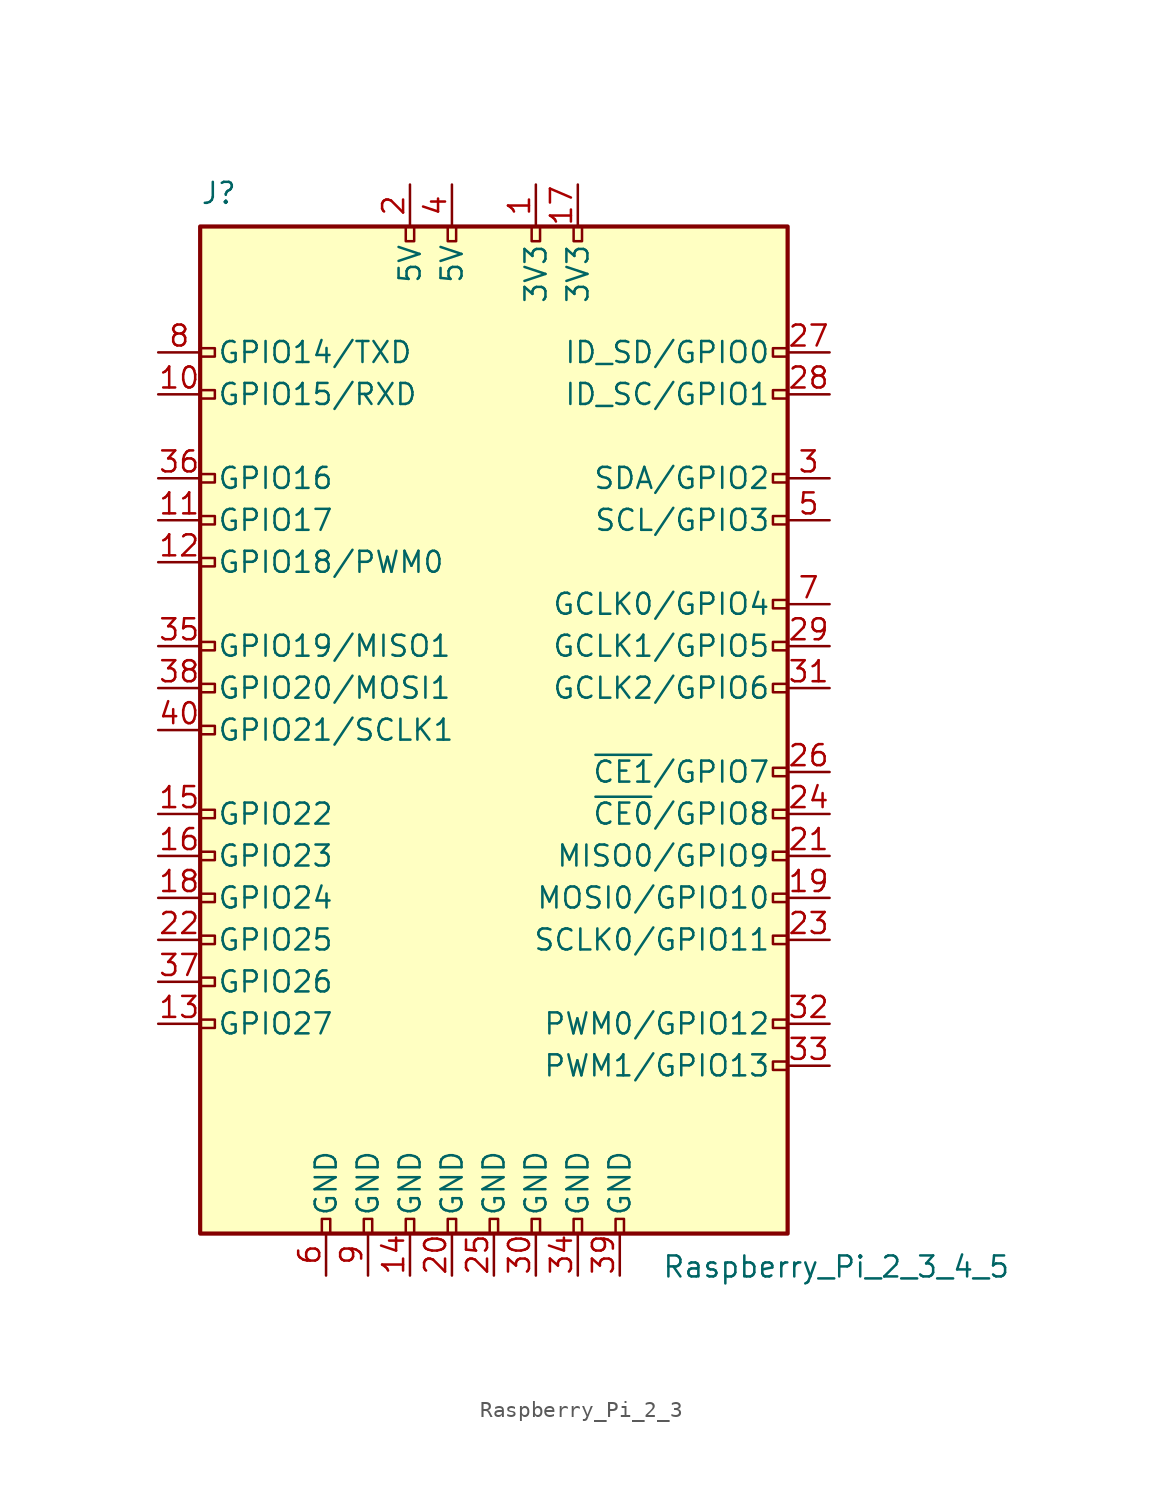
<source format=kicad_sym>
(kicad_symbol_lib
  (version 20220914)
  (generator kicad_symbol_editor)
  (symbol "Raspberry_Pi_2_3"
    (pin_names
      (offset 1.016))
    (property "Reference" "J"
      (at -17.78 31.75 0)
      (effects (font (size 1.27 1.27)) (justify left bottom)))
    (property "Value" "Raspberry_Pi_2_3_4_5"
      (at 10.16 -31.75 0)
      (effects (font (size 1.27 1.27)) (justify left top)))
    (symbol "Raspberry_Pi_2_3_0_1"
      (rectangle (start -17.78 30.48) (end 17.78 -30.48) (stroke (width 0.254) (type default)) (fill (type background))))
    (symbol "Raspberry_Pi_2_3_1_1"
      (rectangle (start -16.891 -17.526) (end -17.78 -18.034) (stroke (width 0) (type default)) (fill (type none)))
      (rectangle (start -16.891 -14.986) (end -17.78 -15.494) (stroke (width 0) (type default)) (fill (type none)))
      (rectangle (start -16.891 -12.446) (end -17.78 -12.954) (stroke (width 0) (type default)) (fill (type none)))
      (rectangle (start -16.891 -9.906) (end -17.78 -10.414) (stroke (width 0) (type default)) (fill (type none)))
      (rectangle (start -16.891 -7.366) (end -17.78 -7.874) (stroke (width 0) (type default)) (fill (type none)))
      (rectangle (start -16.891 -4.826) (end -17.78 -5.334) (stroke (width 0) (type default)) (fill (type none)))
      (rectangle (start -16.891 0.254) (end -17.78 -0.254) (stroke (width 0) (type default)) (fill (type none)))
      (rectangle (start -16.891 2.794) (end -17.78 2.286) (stroke (width 0) (type default)) (fill (type none)))
      (rectangle (start -16.891 5.334) (end -17.78 4.826) (stroke (width 0) (type default)) (fill (type none)))
      (rectangle (start -16.891 10.414) (end -17.78 9.906) (stroke (width 0) (type default)) (fill (type none)))
      (rectangle (start -16.891 12.954) (end -17.78 12.446) (stroke (width 0) (type default)) (fill (type none)))
      (rectangle (start -16.891 15.494) (end -17.78 14.986) (stroke (width 0) (type default)) (fill (type none)))
      (rectangle (start -16.891 20.574) (end -17.78 20.066) (stroke (width 0) (type default)) (fill (type none)))
      (rectangle (start -16.891 23.114) (end -17.78 22.606) (stroke (width 0) (type default)) (fill (type none)))
      (rectangle (start -10.414 -29.591) (end -9.906 -30.48) (stroke (width 0) (type default)) (fill (type none)))
      (rectangle (start -7.874 -29.591) (end -7.366 -30.48) (stroke (width 0) (type default)) (fill (type none)))
      (rectangle (start -5.334 -29.591) (end -4.826 -30.48) (stroke (width 0) (type default)) (fill (type none)))
      (rectangle (start -5.334 30.48) (end -4.826 29.591) (stroke (width 0) (type default)) (fill (type none)))
      (rectangle (start -2.794 -29.591) (end -2.286 -30.48) (stroke (width 0) (type default)) (fill (type none)))
      (rectangle (start -2.794 30.48) (end -2.286 29.591) (stroke (width 0) (type default)) (fill (type none)))
      (rectangle (start -0.254 -29.591) (end 0.254 -30.48) (stroke (width 0) (type default)) (fill (type none)))
      (rectangle (start 2.286 -29.591) (end 2.794 -30.48) (stroke (width 0) (type default)) (fill (type none)))
      (rectangle (start 2.286 30.48) (end 2.794 29.591) (stroke (width 0) (type default)) (fill (type none)))
      (rectangle (start 4.826 -29.591) (end 5.334 -30.48) (stroke (width 0) (type default)) (fill (type none)))
      (rectangle (start 4.826 30.48) (end 5.334 29.591) (stroke (width 0) (type default)) (fill (type none)))
      (rectangle (start 7.366 -29.591) (end 7.874 -30.48) (stroke (width 0) (type default)) (fill (type none)))
      (rectangle (start 17.78 -20.066) (end 16.891 -20.574) (stroke (width 0) (type default)) (fill (type none)))
      (rectangle (start 17.78 -17.526) (end 16.891 -18.034) (stroke (width 0) (type default)) (fill (type none)))
      (rectangle (start 17.78 -12.446) (end 16.891 -12.954) (stroke (width 0) (type default)) (fill (type none)))
      (rectangle (start 17.78 -9.906) (end 16.891 -10.414) (stroke (width 0) (type default)) (fill (type none)))
      (rectangle (start 17.78 -7.366) (end 16.891 -7.874) (stroke (width 0) (type default)) (fill (type none)))
      (rectangle (start 17.78 -4.826) (end 16.891 -5.334) (stroke (width 0) (type default)) (fill (type none)))
      (rectangle (start 17.78 -2.286) (end 16.891 -2.794) (stroke (width 0) (type default)) (fill (type none)))
      (rectangle (start 17.78 2.794) (end 16.891 2.286) (stroke (width 0) (type default)) (fill (type none)))
      (rectangle (start 17.78 5.334) (end 16.891 4.826) (stroke (width 0) (type default)) (fill (type none)))
      (rectangle (start 17.78 7.874) (end 16.891 7.366) (stroke (width 0) (type default)) (fill (type none)))
      (rectangle (start 17.78 12.954) (end 16.891 12.446) (stroke (width 0) (type default)) (fill (type none)))
      (rectangle (start 17.78 15.494) (end 16.891 14.986) (stroke (width 0) (type default)) (fill (type none)))
      (rectangle (start 17.78 20.574) (end 16.891 20.066) (stroke (width 0) (type default)) (fill (type none)))
      (rectangle (start 17.78 23.114) (end 16.891 22.606) (stroke (width 0) (type default)) (fill (type none)))
      (pin power_in line (at 2.54 33.02 270) (length 2.54) (name "3V3" (effects (font (size 1.27 1.27)))) (number "1" (effects (font (size 1.27 1.27)))))
      (pin bidirectional line (at -20.32 20.32 0) (length 2.54) (name "GPIO15/RXD" (effects (font (size 1.27 1.27)))) (number "10" (effects (font (size 1.27 1.27)))))
      (pin bidirectional line (at -20.32 12.7 0) (length 2.54) (name "GPIO17" (effects (font (size 1.27 1.27)))) (number "11" (effects (font (size 1.27 1.27)))))
      (pin bidirectional line (at -20.32 10.16 0) (length 2.54) (name "GPIO18/PWM0" (effects (font (size 1.27 1.27)))) (number "12" (effects (font (size 1.27 1.27)))))
      (pin bidirectional line (at -20.32 -17.78 0) (length 2.54) (name "GPIO27" (effects (font (size 1.27 1.27)))) (number "13" (effects (font (size 1.27 1.27)))))
      (pin power_in line (at -5.08 -33.02 90) (length 2.54) (name "GND" (effects (font (size 1.27 1.27)))) (number "14" (effects (font (size 1.27 1.27)))))
      (pin bidirectional line (at -20.32 -5.08 0) (length 2.54) (name "GPIO22" (effects (font (size 1.27 1.27)))) (number "15" (effects (font (size 1.27 1.27)))))
      (pin bidirectional line (at -20.32 -7.62 0) (length 2.54) (name "GPIO23" (effects (font (size 1.27 1.27)))) (number "16" (effects (font (size 1.27 1.27)))))
      (pin power_in line (at 5.08 33.02 270) (length 2.54) (name "3V3" (effects (font (size 1.27 1.27)))) (number "17" (effects (font (size 1.27 1.27)))))
      (pin bidirectional line (at -20.32 -10.16 0) (length 2.54) (name "GPIO24" (effects (font (size 1.27 1.27)))) (number "18" (effects (font (size 1.27 1.27)))))
      (pin bidirectional line (at 20.32 -10.16 180) (length 2.54) (name "MOSI0/GPIO10" (effects (font (size 1.27 1.27)))) (number "19" (effects (font (size 1.27 1.27)))))
      (pin power_in line (at -5.08 33.02 270) (length 2.54) (name "5V" (effects (font (size 1.27 1.27)))) (number "2" (effects (font (size 1.27 1.27)))))
      (pin power_in line (at -2.54 -33.02 90) (length 2.54) (name "GND" (effects (font (size 1.27 1.27)))) (number "20" (effects (font (size 1.27 1.27)))))
      (pin bidirectional line (at 20.32 -7.62 180) (length 2.54) (name "MISO0/GPIO9" (effects (font (size 1.27 1.27)))) (number "21" (effects (font (size 1.27 1.27)))))
      (pin bidirectional line (at -20.32 -12.7 0) (length 2.54) (name "GPIO25" (effects (font (size 1.27 1.27)))) (number "22" (effects (font (size 1.27 1.27)))))
      (pin bidirectional line (at 20.32 -12.7 180) (length 2.54) (name "SCLK0/GPIO11" (effects (font (size 1.27 1.27)))) (number "23" (effects (font (size 1.27 1.27)))))
      (pin bidirectional line (at 20.32 -5.08 180) (length 2.54) (name "~{CE0}/GPIO8" (effects (font (size 1.27 1.27)))) (number "24" (effects (font (size 1.27 1.27)))))
      (pin power_in line (at 0 -33.02 90) (length 2.54) (name "GND" (effects (font (size 1.27 1.27)))) (number "25" (effects (font (size 1.27 1.27)))))
      (pin bidirectional line (at 20.32 -2.54 180) (length 2.54) (name "~{CE1}/GPIO7" (effects (font (size 1.27 1.27)))) (number "26" (effects (font (size 1.27 1.27)))))
      (pin bidirectional line (at 20.32 22.86 180) (length 2.54) (name "ID_SD/GPIO0" (effects (font (size 1.27 1.27)))) (number "27" (effects (font (size 1.27 1.27)))))
      (pin bidirectional line (at 20.32 20.32 180) (length 2.54) (name "ID_SC/GPIO1" (effects (font (size 1.27 1.27)))) (number "28" (effects (font (size 1.27 1.27)))))
      (pin bidirectional line (at 20.32 5.08 180) (length 2.54) (name "GCLK1/GPIO5" (effects (font (size 1.27 1.27)))) (number "29" (effects (font (size 1.27 1.27)))))
      (pin bidirectional line (at 20.32 15.24 180) (length 2.54) (name "SDA/GPIO2" (effects (font (size 1.27 1.27)))) (number "3" (effects (font (size 1.27 1.27)))))
      (pin power_in line (at 2.54 -33.02 90) (length 2.54) (name "GND" (effects (font (size 1.27 1.27)))) (number "30" (effects (font (size 1.27 1.27)))))
      (pin bidirectional line (at 20.32 2.54 180) (length 2.54) (name "GCLK2/GPIO6" (effects (font (size 1.27 1.27)))) (number "31" (effects (font (size 1.27 1.27)))))
      (pin bidirectional line (at 20.32 -17.78 180) (length 2.54) (name "PWM0/GPIO12" (effects (font (size 1.27 1.27)))) (number "32" (effects (font (size 1.27 1.27)))))
      (pin bidirectional line (at 20.32 -20.32 180) (length 2.54) (name "PWM1/GPIO13" (effects (font (size 1.27 1.27)))) (number "33" (effects (font (size 1.27 1.27)))))
      (pin power_in line (at 5.08 -33.02 90) (length 2.54) (name "GND" (effects (font (size 1.27 1.27)))) (number "34" (effects (font (size 1.27 1.27)))))
      (pin bidirectional line (at -20.32 5.08 0) (length 2.54) (name "GPIO19/MISO1" (effects (font (size 1.27 1.27)))) (number "35" (effects (font (size 1.27 1.27)))))
      (pin bidirectional line (at -20.32 15.24 0) (length 2.54) (name "GPIO16" (effects (font (size 1.27 1.27)))) (number "36" (effects (font (size 1.27 1.27)))))
      (pin bidirectional line (at -20.32 -15.24 0) (length 2.54) (name "GPIO26" (effects (font (size 1.27 1.27)))) (number "37" (effects (font (size 1.27 1.27)))))
      (pin bidirectional line (at -20.32 2.54 0) (length 2.54) (name "GPIO20/MOSI1" (effects (font (size 1.27 1.27)))) (number "38" (effects (font (size 1.27 1.27)))))
      (pin power_in line (at 7.62 -33.02 90) (length 2.54) (name "GND" (effects (font (size 1.27 1.27)))) (number "39" (effects (font (size 1.27 1.27)))))
      (pin power_in line (at -2.54 33.02 270) (length 2.54) (name "5V" (effects (font (size 1.27 1.27)))) (number "4" (effects (font (size 1.27 1.27)))))
      (pin bidirectional line (at -20.32 0 0) (length 2.54) (name "GPIO21/SCLK1" (effects (font (size 1.27 1.27)))) (number "40" (effects (font (size 1.27 1.27)))))
      (pin bidirectional line (at 20.32 12.7 180) (length 2.54) (name "SCL/GPIO3" (effects (font (size 1.27 1.27)))) (number "5" (effects (font (size 1.27 1.27)))))
      (pin power_in line (at -10.16 -33.02 90) (length 2.54) (name "GND" (effects (font (size 1.27 1.27)))) (number "6" (effects (font (size 1.27 1.27)))))
      (pin bidirectional line (at 20.32 7.62 180) (length 2.54) (name "GCLK0/GPIO4" (effects (font (size 1.27 1.27)))) (number "7" (effects (font (size 1.27 1.27)))))
      (pin bidirectional line (at -20.32 22.86 0) (length 2.54) (name "GPIO14/TXD" (effects (font (size 1.27 1.27)))) (number "8" (effects (font (size 1.27 1.27)))))
      (pin power_in line (at -7.62 -33.02 90) (length 2.54) (name "GND" (effects (font (size 1.27 1.27)))) (number "9" (effects (font (size 1.27 1.27))))))))
</source>
